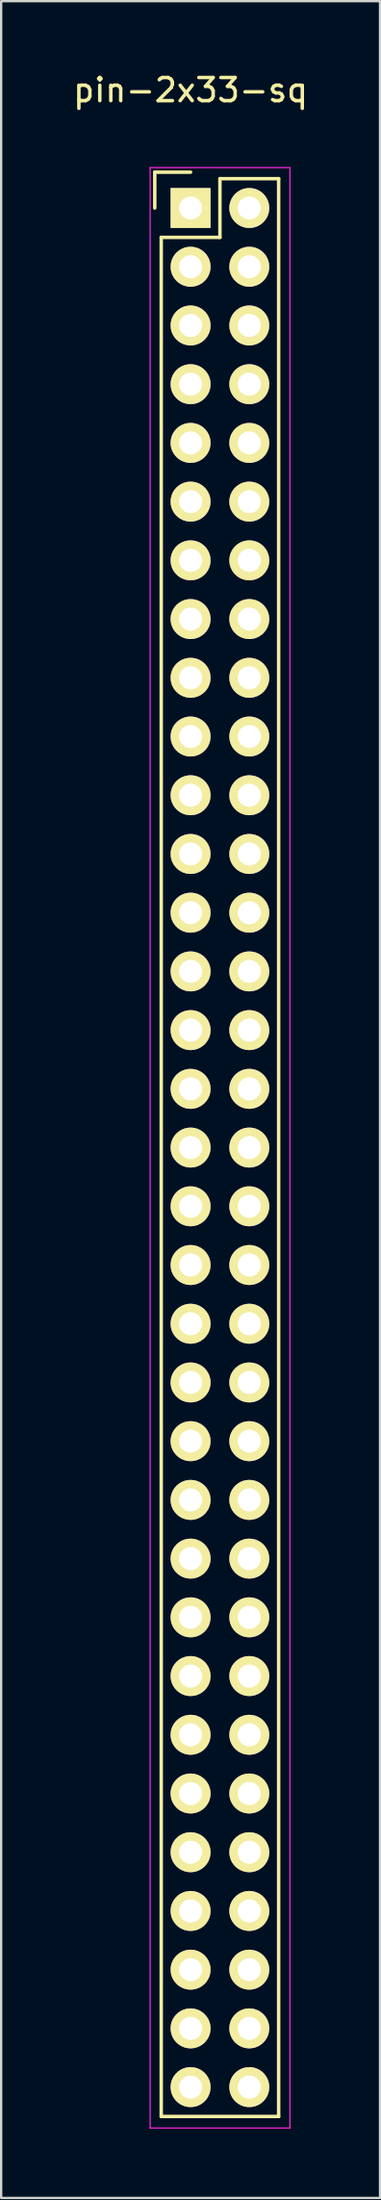
<source format=kicad_pcb>
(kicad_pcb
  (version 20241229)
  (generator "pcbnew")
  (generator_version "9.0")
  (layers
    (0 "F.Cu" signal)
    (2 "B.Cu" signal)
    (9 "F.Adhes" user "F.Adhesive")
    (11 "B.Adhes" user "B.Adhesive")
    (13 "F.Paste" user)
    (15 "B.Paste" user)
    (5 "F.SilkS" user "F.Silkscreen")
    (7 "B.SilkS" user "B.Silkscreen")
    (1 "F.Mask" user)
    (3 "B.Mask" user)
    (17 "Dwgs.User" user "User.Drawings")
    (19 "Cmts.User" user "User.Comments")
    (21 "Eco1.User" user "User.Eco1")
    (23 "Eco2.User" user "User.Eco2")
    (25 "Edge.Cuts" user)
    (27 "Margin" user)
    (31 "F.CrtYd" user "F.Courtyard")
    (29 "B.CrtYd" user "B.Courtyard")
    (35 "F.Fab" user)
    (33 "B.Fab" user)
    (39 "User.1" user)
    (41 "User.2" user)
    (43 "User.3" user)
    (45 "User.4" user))
  (footprint "pin-2x33-sq"
    (layer "F.Cu")
    (at 5.196 5.948)
    (property "Reference" "pin-2x33-sq" (at 0 -5.1 0) (layer "F.SilkS") (effects (font (size 1 1) (thickness 0.15))))
    (attr through_hole)
    (fp_line (start -1.55 -1.55) (end -1.55 0) (stroke (width 0.15) (type solid)) (layer "F.SilkS"))
    (fp_line (start -1.27 1.27) (end -1.27 82.55) (stroke (width 0.15) (type solid)) (layer "F.SilkS"))
    (fp_line (start 0 -1.55) (end -1.55 -1.55) (stroke (width 0.15) (type solid)) (layer "F.SilkS"))
    (fp_line (start 1.27 -1.27) (end 1.27 1.27) (stroke (width 0.15) (type solid)) (layer "F.SilkS"))
    (fp_line (start 1.27 1.27) (end -1.27 1.27) (stroke (width 0.15) (type solid)) (layer "F.SilkS"))
    (fp_line (start 3.81 -1.27) (end 1.27 -1.27) (stroke (width 0.15) (type solid)) (layer "F.SilkS"))
    (fp_line (start 3.81 82.55) (end -1.27 82.55) (stroke (width 0.15) (type solid)) (layer "F.SilkS"))
    (fp_line (start 3.81 82.55) (end 3.81 -1.27) (stroke (width 0.15) (type solid)) (layer "F.SilkS"))
    (fp_line (start -1.75 -1.75) (end -1.75 83.05) (stroke (width 0.05) (type solid)) (layer "F.CrtYd"))
    (fp_line (start -1.75 -1.75) (end 4.3 -1.75) (stroke (width 0.05) (type solid)) (layer "F.CrtYd"))
    (fp_line (start -1.75 83.05) (end 4.3 83.05) (stroke (width 0.05) (type solid)) (layer "F.CrtYd"))
    (fp_line (start 4.3 -1.75) (end 4.3 83.05) (stroke (width 0.05) (type solid)) (layer "F.CrtYd"))
    (pad "1" thru_hole rect (at 0 0) (size 1.727 1.727) (drill 1) (layers "*.Cu" "*.Mask" "F.SilkS"))
    (pad "2" thru_hole oval (at 2.54 0) (size 1.727 1.727) (drill 1) (layers "*.Cu" "*.Mask" "F.SilkS"))
    (pad "3" thru_hole oval (at 0 2.54) (size 1.727 1.727) (drill 1) (layers "*.Cu" "*.Mask" "F.SilkS"))
    (pad "4" thru_hole oval (at 2.54 2.54) (size 1.727 1.727) (drill 1) (layers "*.Cu" "*.Mask" "F.SilkS"))
    (pad "5" thru_hole oval (at 0 5.08) (size 1.727 1.727) (drill 1) (layers "*.Cu" "*.Mask" "F.SilkS"))
    (pad "6" thru_hole oval (at 2.54 5.08) (size 1.727 1.727) (drill 1) (layers "*.Cu" "*.Mask" "F.SilkS"))
    (pad "7" thru_hole oval (at 0 7.62) (size 1.727 1.727) (drill 1) (layers "*.Cu" "*.Mask" "F.SilkS"))
    (pad "8" thru_hole oval (at 2.54 7.62) (size 1.727 1.727) (drill 1) (layers "*.Cu" "*.Mask" "F.SilkS"))
    (pad "9" thru_hole oval (at 0 10.16) (size 1.727 1.727) (drill 1) (layers "*.Cu" "*.Mask" "F.SilkS"))
    (pad "10" thru_hole oval (at 2.54 10.16) (size 1.727 1.727) (drill 1) (layers "*.Cu" "*.Mask" "F.SilkS"))
    (pad "11" thru_hole oval (at 0 12.7) (size 1.727 1.727) (drill 1) (layers "*.Cu" "*.Mask" "F.SilkS"))
    (pad "12" thru_hole oval (at 2.54 12.7) (size 1.727 1.727) (drill 1) (layers "*.Cu" "*.Mask" "F.SilkS"))
    (pad "13" thru_hole oval (at 0 15.24) (size 1.727 1.727) (drill 1) (layers "*.Cu" "*.Mask" "F.SilkS"))
    (pad "14" thru_hole oval (at 2.54 15.24) (size 1.727 1.727) (drill 1) (layers "*.Cu" "*.Mask" "F.SilkS"))
    (pad "15" thru_hole oval (at 0 17.78) (size 1.727 1.727) (drill 1) (layers "*.Cu" "*.Mask" "F.SilkS"))
    (pad "16" thru_hole oval (at 2.54 17.78) (size 1.727 1.727) (drill 1) (layers "*.Cu" "*.Mask" "F.SilkS"))
    (pad "17" thru_hole oval (at 0 20.32) (size 1.727 1.727) (drill 1) (layers "*.Cu" "*.Mask" "F.SilkS"))
    (pad "18" thru_hole oval (at 2.54 20.32) (size 1.727 1.727) (drill 1) (layers "*.Cu" "*.Mask" "F.SilkS"))
    (pad "19" thru_hole oval (at 0 22.86) (size 1.727 1.727) (drill 1) (layers "*.Cu" "*.Mask" "F.SilkS"))
    (pad "20" thru_hole oval (at 2.54 22.86) (size 1.727 1.727) (drill 1) (layers "*.Cu" "*.Mask" "F.SilkS"))
    (pad "21" thru_hole oval (at 0 25.4) (size 1.727 1.727) (drill 1) (layers "*.Cu" "*.Mask" "F.SilkS"))
    (pad "22" thru_hole oval (at 2.54 25.4) (size 1.727 1.727) (drill 1) (layers "*.Cu" "*.Mask" "F.SilkS"))
    (pad "23" thru_hole oval (at 0 27.94) (size 1.727 1.727) (drill 1) (layers "*.Cu" "*.Mask" "F.SilkS"))
    (pad "24" thru_hole oval (at 2.54 27.94) (size 1.727 1.727) (drill 1) (layers "*.Cu" "*.Mask" "F.SilkS"))
    (pad "25" thru_hole oval (at 0 30.48) (size 1.727 1.727) (drill 1) (layers "*.Cu" "*.Mask" "F.SilkS"))
    (pad "26" thru_hole oval (at 2.54 30.48) (size 1.727 1.727) (drill 1) (layers "*.Cu" "*.Mask" "F.SilkS"))
    (pad "27" thru_hole oval (at 0 33.02) (size 1.727 1.727) (drill 1) (layers "*.Cu" "*.Mask" "F.SilkS"))
    (pad "28" thru_hole oval (at 2.54 33.02) (size 1.727 1.727) (drill 1) (layers "*.Cu" "*.Mask" "F.SilkS"))
    (pad "29" thru_hole oval (at 0 35.56) (size 1.727 1.727) (drill 1) (layers "*.Cu" "*.Mask" "F.SilkS"))
    (pad "30" thru_hole oval (at 2.54 35.56) (size 1.727 1.727) (drill 1) (layers "*.Cu" "*.Mask" "F.SilkS"))
    (pad "31" thru_hole oval (at 0 38.1) (size 1.727 1.727) (drill 1) (layers "*.Cu" "*.Mask" "F.SilkS"))
    (pad "32" thru_hole oval (at 2.54 38.1) (size 1.727 1.727) (drill 1) (layers "*.Cu" "*.Mask" "F.SilkS"))
    (pad "33" thru_hole oval (at 0 40.64) (size 1.727 1.727) (drill 1) (layers "*.Cu" "*.Mask" "F.SilkS"))
    (pad "34" thru_hole oval (at 2.54 40.64) (size 1.727 1.727) (drill 1) (layers "*.Cu" "*.Mask" "F.SilkS"))
    (pad "35" thru_hole oval (at 0 43.18) (size 1.727 1.727) (drill 1) (layers "*.Cu" "*.Mask" "F.SilkS"))
    (pad "36" thru_hole oval (at 2.54 43.18) (size 1.727 1.727) (drill 1) (layers "*.Cu" "*.Mask" "F.SilkS"))
    (pad "37" thru_hole oval (at 0 45.72) (size 1.727 1.727) (drill 1) (layers "*.Cu" "*.Mask" "F.SilkS"))
    (pad "38" thru_hole oval (at 2.54 45.72) (size 1.727 1.727) (drill 1) (layers "*.Cu" "*.Mask" "F.SilkS"))
    (pad "39" thru_hole oval (at 0 48.26) (size 1.727 1.727) (drill 1) (layers "*.Cu" "*.Mask" "F.SilkS"))
    (pad "40" thru_hole oval (at 2.54 48.26) (size 1.727 1.727) (drill 1) (layers "*.Cu" "*.Mask" "F.SilkS"))
    (pad "41" thru_hole oval (at 0 50.8) (size 1.727 1.727) (drill 1) (layers "*.Cu" "*.Mask" "F.SilkS"))
    (pad "42" thru_hole oval (at 2.54 50.8) (size 1.727 1.727) (drill 1) (layers "*.Cu" "*.Mask" "F.SilkS"))
    (pad "43" thru_hole oval (at 0 53.34) (size 1.727 1.727) (drill 1) (layers "*.Cu" "*.Mask" "F.SilkS"))
    (pad "44" thru_hole oval (at 2.54 53.34) (size 1.727 1.727) (drill 1) (layers "*.Cu" "*.Mask" "F.SilkS"))
    (pad "45" thru_hole oval (at 0 55.88) (size 1.727 1.727) (drill 1) (layers "*.Cu" "*.Mask" "F.SilkS"))
    (pad "46" thru_hole oval (at 2.54 55.88) (size 1.727 1.727) (drill 1) (layers "*.Cu" "*.Mask" "F.SilkS"))
    (pad "47" thru_hole oval (at 0 58.42) (size 1.727 1.727) (drill 1) (layers "*.Cu" "*.Mask" "F.SilkS"))
    (pad "48" thru_hole oval (at 2.54 58.42) (size 1.727 1.727) (drill 1) (layers "*.Cu" "*.Mask" "F.SilkS"))
    (pad "49" thru_hole oval (at 0 60.96) (size 1.727 1.727) (drill 1) (layers "*.Cu" "*.Mask" "F.SilkS"))
    (pad "50" thru_hole oval (at 2.54 60.96) (size 1.727 1.727) (drill 1) (layers "*.Cu" "*.Mask" "F.SilkS"))
    (pad "51" thru_hole oval (at 0 63.5) (size 1.727 1.727) (drill 1) (layers "*.Cu" "*.Mask" "F.SilkS"))
    (pad "52" thru_hole oval (at 2.54 63.5) (size 1.727 1.727) (drill 1) (layers "*.Cu" "*.Mask" "F.SilkS"))
    (pad "53" thru_hole oval (at 0 66.04) (size 1.727 1.727) (drill 1) (layers "*.Cu" "*.Mask" "F.SilkS"))
    (pad "54" thru_hole oval (at 2.54 66.04) (size 1.727 1.727) (drill 1) (layers "*.Cu" "*.Mask" "F.SilkS"))
    (pad "55" thru_hole oval (at 0 68.58) (size 1.727 1.727) (drill 1) (layers "*.Cu" "*.Mask" "F.SilkS"))
    (pad "56" thru_hole oval (at 2.54 68.58) (size 1.727 1.727) (drill 1) (layers "*.Cu" "*.Mask" "F.SilkS"))
    (pad "57" thru_hole oval (at 0 71.12) (size 1.727 1.727) (drill 1) (layers "*.Cu" "*.Mask" "F.SilkS"))
    (pad "58" thru_hole oval (at 2.54 71.12) (size 1.727 1.727) (drill 1) (layers "*.Cu" "*.Mask" "F.SilkS"))
    (pad "59" thru_hole oval (at 0 73.66) (size 1.727 1.727) (drill 1) (layers "*.Cu" "*.Mask" "F.SilkS"))
    (pad "60" thru_hole oval (at 2.54 73.66) (size 1.727 1.727) (drill 1) (layers "*.Cu" "*.Mask" "F.SilkS"))
    (pad "61" thru_hole oval (at 0 76.2) (size 1.727 1.727) (drill 1) (layers "*.Cu" "*.Mask" "F.SilkS"))
    (pad "62" thru_hole oval (at 2.54 76.2) (size 1.727 1.727) (drill 1) (layers "*.Cu" "*.Mask" "F.SilkS"))
    (pad "63" thru_hole oval (at 0 78.74) (size 1.727 1.727) (drill 1) (layers "*.Cu" "*.Mask" "F.SilkS"))
    (pad "64" thru_hole oval (at 2.54 78.74) (size 1.727 1.727) (drill 1) (layers "*.Cu" "*.Mask" "F.SilkS"))
    (pad "65" thru_hole oval (at 0 81.28) (size 1.727 1.727) (drill 1) (layers "*.Cu" "*.Mask" "F.SilkS"))
    (pad "66" thru_hole oval (at 2.54 81.28) (size 1.727 1.727) (drill 1) (layers "*.Cu" "*.Mask" "F.SilkS")))
  (gr_rect
    (start -3 -3)
    (end 13.393 92.023)
    (stroke (width 0.1) (type default))
    (fill no)
    (layer "Edge.Cuts")))
</source>
